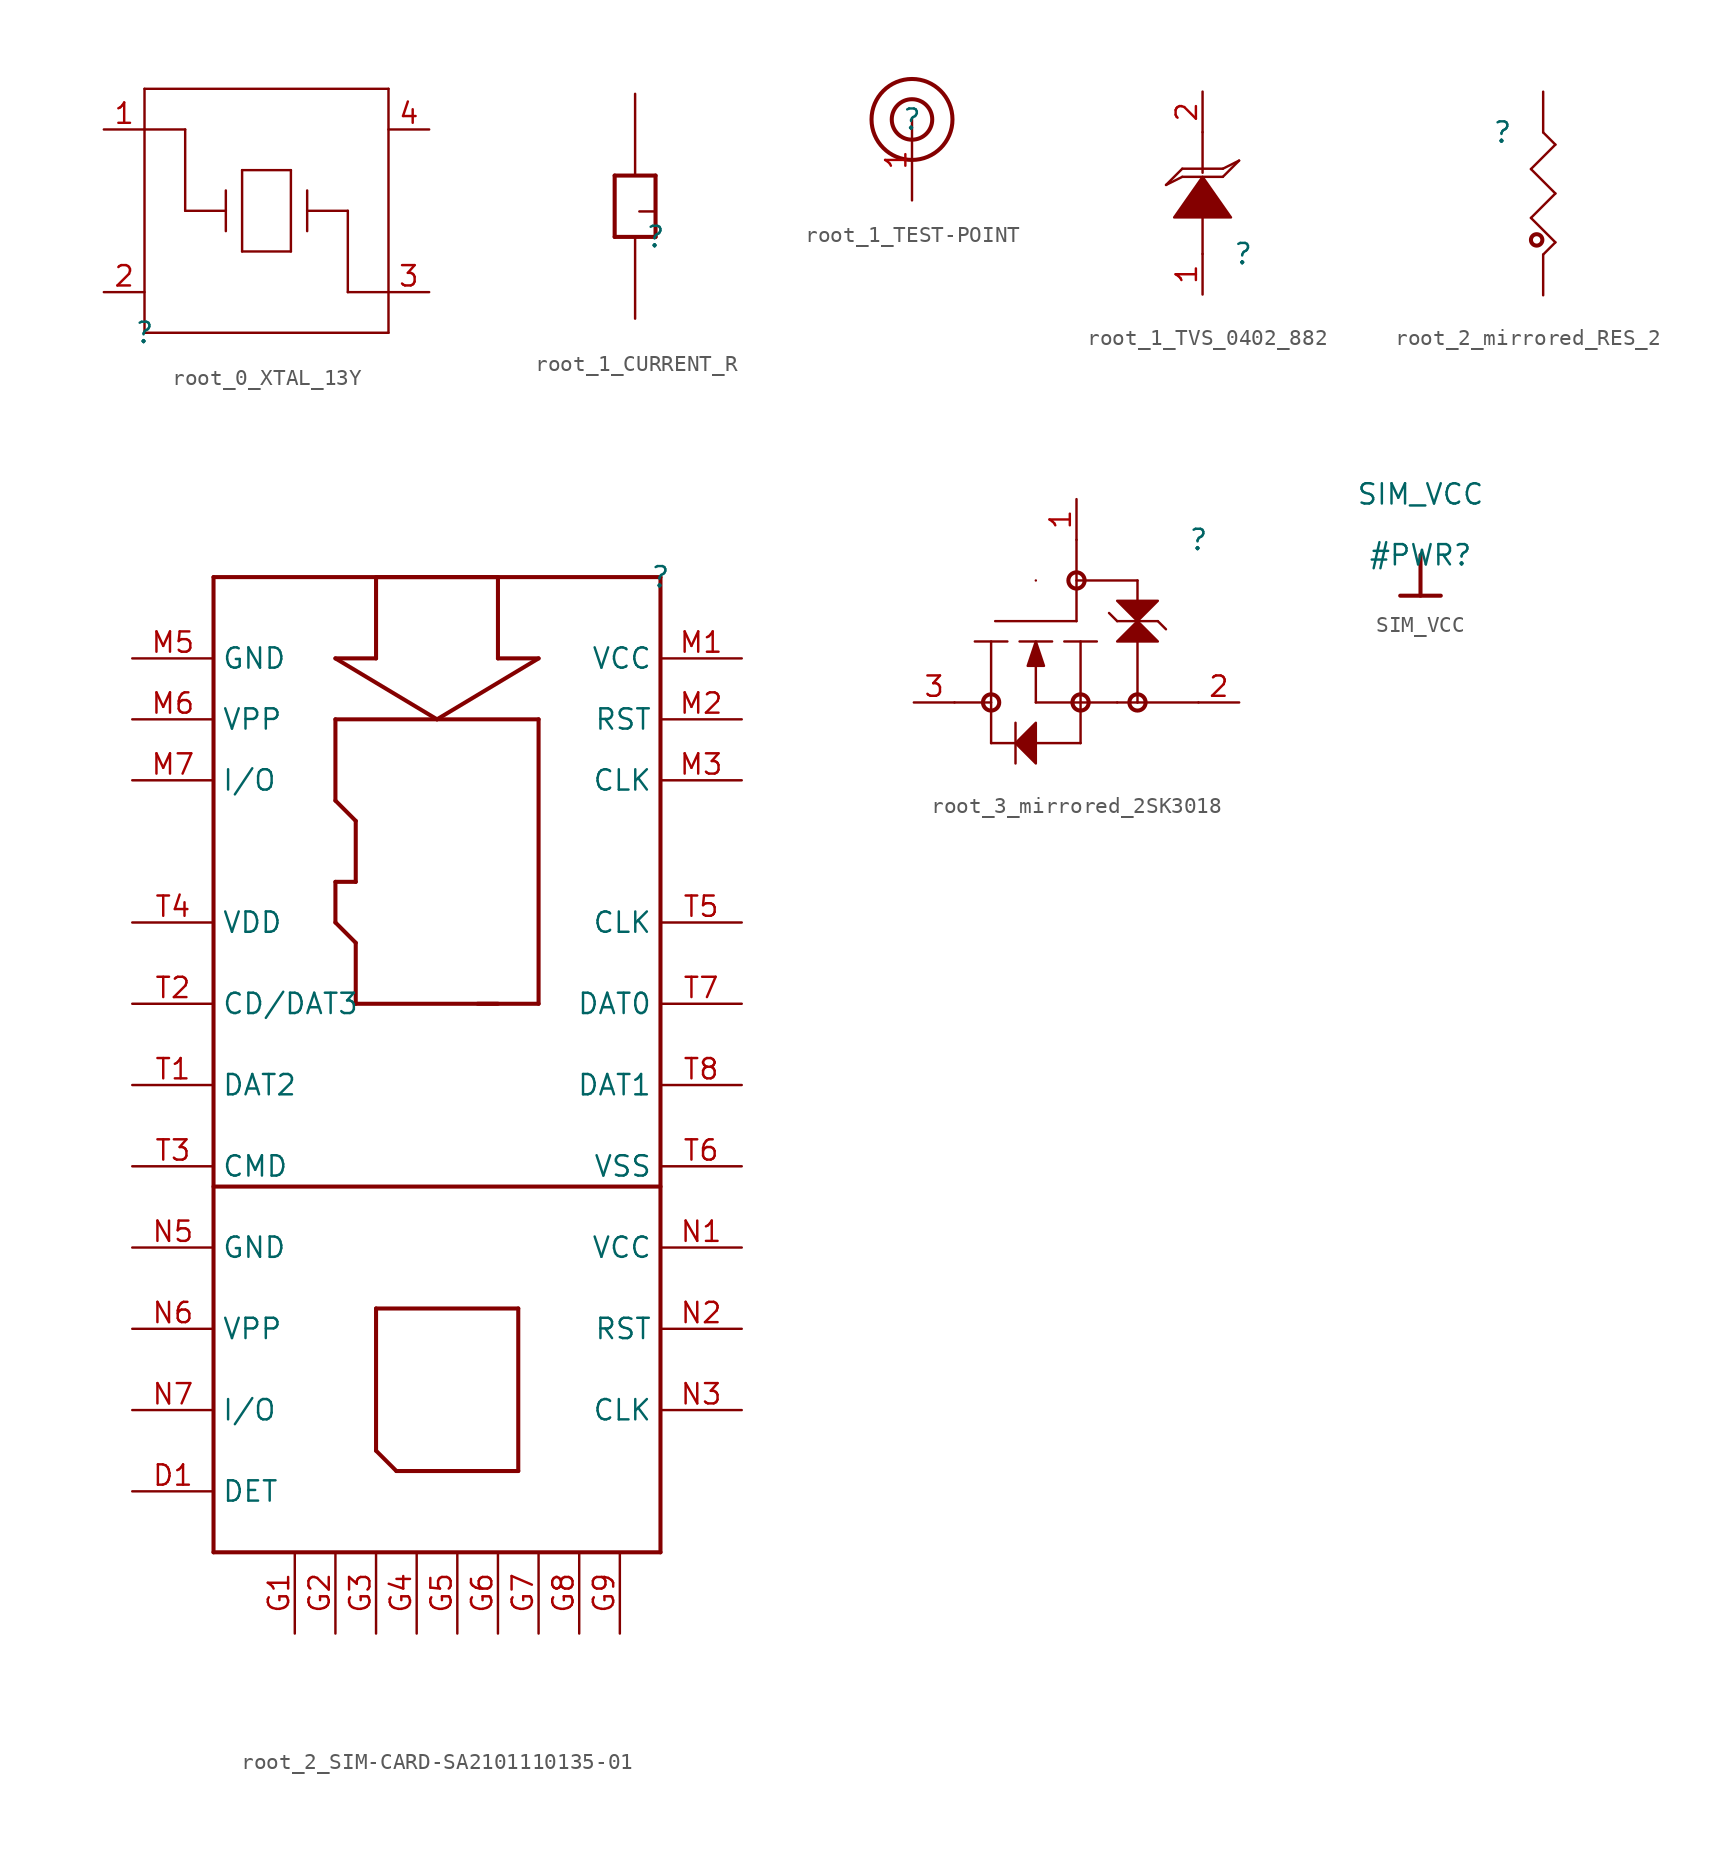
<source format=kicad_sym>
(kicad_symbol_lib
  (version 20220914)
  (generator kicad_symbol_editor)
  (symbol "root_0_XTAL_13Y"
    (property "Reference" ""
      (at 0 0 0)
      (effects (font (size 1.27 1.27))))
    (property "Value" ""
      (at 0 0 0)
      (effects (font (size 1.27 1.27))))
    (symbol "root_0_XTAL_13Y_1_0"
      (polyline (pts (xy 0 0) (xy 0 15.24)) (stroke (width 0) (type solid)) (fill (type none)))
      (polyline (pts (xy 0 15.24) (xy 15.24 15.24)) (stroke (width 0) (type solid)) (fill (type none)))
      (polyline (pts (xy 2.54 7.62) (xy 2.54 12.7)) (stroke (width 0) (type solid)) (fill (type none)))
      (polyline (pts (xy 2.54 12.7) (xy 0 12.7)) (stroke (width 0) (type solid)) (fill (type none)))
      (polyline (pts (xy 5.08 7.62) (xy 2.54 7.62)) (stroke (width 0) (type solid)) (fill (type none)))
      (polyline (pts (xy 5.08 7.62) (xy 5.08 7.62)) (stroke (width 0) (type solid)) (fill (type none)))
      (polyline (pts (xy 5.08 8.89) (xy 5.08 6.35)) (stroke (width 0) (type solid)) (fill (type none)))
      (polyline (pts (xy 6.096 5.08) (xy 6.096 10.16)) (stroke (width 0) (type solid)) (fill (type none)))
      (polyline (pts (xy 6.096 10.16) (xy 9.144 10.16)) (stroke (width 0) (type solid)) (fill (type none)))
      (polyline (pts (xy 9.144 5.08) (xy 6.096 5.08)) (stroke (width 0) (type solid)) (fill (type none)))
      (polyline (pts (xy 9.144 10.16) (xy 9.144 5.08)) (stroke (width 0) (type solid)) (fill (type none)))
      (polyline (pts (xy 10.16 7.62) (xy 10.16 7.62)) (stroke (width 0) (type solid)) (fill (type none)))
      (polyline (pts (xy 10.16 7.62) (xy 12.7 7.62)) (stroke (width 0) (type solid)) (fill (type none)))
      (polyline (pts (xy 10.16 8.89) (xy 10.16 6.35)) (stroke (width 0) (type solid)) (fill (type none)))
      (polyline (pts (xy 12.7 2.54) (xy 15.24 2.54)) (stroke (width 0) (type solid)) (fill (type none)))
      (polyline (pts (xy 12.7 7.62) (xy 12.7 2.54)) (stroke (width 0) (type solid)) (fill (type none)))
      (polyline (pts (xy 15.24 0) (xy 0 0)) (stroke (width 0) (type solid)) (fill (type none)))
      (polyline (pts (xy 15.24 15.24) (xy 15.24 0)) (stroke (width 0) (type solid)) (fill (type none)))
      (pin passive line (at -2.54 12.7 0) (length 2.54) (name "1" (effects (font (size 0 0)))) (number "1" (effects (font (size 1.27 1.27)))))
      (pin passive line (at -2.54 2.54 0) (length 2.54) (name "2" (effects (font (size 0 0)))) (number "2" (effects (font (size 1.27 1.27)))))
      (pin passive line (at 17.78 2.54 180) (length 2.54) (name "3" (effects (font (size 0 0)))) (number "3" (effects (font (size 1.27 1.27)))))
      (pin passive line (at 17.78 12.7 180) (length 2.54) (name "4" (effects (font (size 0 0)))) (number "4" (effects (font (size 1.27 1.27)))))))
  (symbol "root_1_CURRENT_R"
    (property "Reference" ""
      (at 0 0 0)
      (effects (font (size 1.27 1.27))))
    (property "Value" ""
      (at 0 0 0)
      (effects (font (size 1.27 1.27))))
    (symbol "root_1_CURRENT_R_1_0"
      (polyline (pts (xy -2.54 0) (xy -2.54 3.81)) (stroke (width 0.254) (type solid)) (fill (type none)))
      (polyline (pts (xy -2.54 3.81) (xy 0 3.81)) (stroke (width 0.254) (type solid)) (fill (type none)))
      (polyline (pts (xy 0 0) (xy -2.54 0)) (stroke (width 0.254) (type solid)) (fill (type none)))
      (polyline (pts (xy 0 3.81) (xy 0 0)) (stroke (width 0.254) (type solid)) (fill (type none)))
      (text "I" (at 0 1.27 900) (effects (font (size 0.889 0.889)) (justify left bottom)))
      (pin passive line (at -1.27 -5.08 90) (length 5.08) (name "1" (effects (font (size 0 0)))) (number "1" (effects (font (size 0 0)))))
      (pin passive line (at -1.27 8.89 270) (length 5.08) (name "2" (effects (font (size 0 0)))) (number "2" (effects (font (size 0 0)))))))
  (symbol "root_1_TEST-POINT"
    (property "Reference" ""
      (at 0 0 0)
      (effects (font (size 1.27 1.27))))
    (property "Value" ""
      (at 0 0 0)
      (effects (font (size 1.27 1.27))))
    (symbol "root_1_TEST-POINT_1_0"
      (circle (center 0 0) (radius 1.27) (stroke (width 0.254) (type solid)) (fill (type none)))
      (circle (center 0 0) (radius 2.54) (stroke (width 0.254) (type solid)) (fill (type none)))
      (pin passive line (at 0 -5.08 90) (length 5.08) (name "1" (effects (font (size 0 0)))) (number "1" (effects (font (size 1.27 1.27)))))))
  (symbol "root_1_TVS_0402_882"
    (property "Reference" ""
      (at 0 0 0)
      (effects (font (size 1.27 1.27))))
    (property "Value" ""
      (at 0 0 0)
      (effects (font (size 1.27 1.27))))
    (symbol "root_1_TVS_0402_882_1_0"
      (polyline (pts (xy -3.81 4.826) (xy -4.826 4.318)) (stroke (width 0) (type solid)) (fill (type none)))
      (polyline (pts (xy -3.81 5.334) (xy -4.826 4.318)) (stroke (width 0) (type solid)) (fill (type none)))
      (polyline (pts (xy -2.54 0) (xy -2.54 2.54)) (stroke (width 0) (type solid)) (fill (type none)))
      (polyline (pts (xy -2.54 5.08) (xy -2.54 7.62)) (stroke (width 0) (type solid)) (fill (type none)))
      (polyline (pts (xy -1.27 4.826) (xy -3.81 4.826)) (stroke (width 0) (type solid)) (fill (type none)))
      (polyline (pts (xy -1.27 4.826) (xy -0.254 5.842)) (stroke (width 0) (type solid)) (fill (type none)))
      (polyline (pts (xy -1.27 5.334) (xy -3.81 5.334)) (stroke (width 0) (type solid)) (fill (type none)))
      (polyline (pts (xy -1.27 5.334) (xy -0.254 5.842)) (stroke (width 0) (type solid)) (fill (type none)))
      (polyline (pts (xy -2.54 4.826) (xy -2.54 4.826) (xy -0.762 2.286) (xy -4.318 2.286) (xy -2.54 4.826) (xy -2.54 4.826)) (stroke (width 0) (type solid)) (fill (type outline)))
      (pin passive line (at -2.54 -2.54 90) (length 2.54) (name "A1" (effects (font (size 0 0)))) (number "1" (effects (font (size 1.27 1.27)))))
      (pin passive line (at -2.54 10.16 270) (length 2.54) (name "A2" (effects (font (size 0 0)))) (number "2" (effects (font (size 1.27 1.27)))))))
  (symbol "root_2_mirrored_RES_2"
    (property "Reference" ""
      (at 0 0 0)
      (effects (font (size 1.27 1.27))))
    (property "Value" ""
      (at 0 0 0)
      (effects (font (size 1.27 1.27))))
    (symbol "root_2_mirrored_RES_2_1_0"
      (polyline (pts (xy 1.778 -5.334) (xy 3.302 -3.81)) (stroke (width 0) (type solid)) (fill (type none)))
      (polyline (pts (xy 1.778 -2.286) (xy 3.302 -0.762)) (stroke (width 0) (type solid)) (fill (type none)))
      (polyline (pts (xy 2.54 -7.62) (xy 3.302 -6.858)) (stroke (width 0) (type solid)) (fill (type none)))
      (polyline (pts (xy 3.302 -6.858) (xy 1.778 -5.334)) (stroke (width 0) (type solid)) (fill (type none)))
      (polyline (pts (xy 3.302 -3.81) (xy 1.778 -2.286)) (stroke (width 0) (type solid)) (fill (type none)))
      (polyline (pts (xy 3.302 -0.762) (xy 2.54 0)) (stroke (width 0) (type solid)) (fill (type none)))
      (circle (center 2.134 -6.706) (radius 0.356) (stroke (width 0.254) (type solid)) (fill (type none)))
      (pin passive line (at 2.54 -10.16 90) (length 2.54) (name "1" (effects (font (size 0 0)))) (number "1" (effects (font (size 0 0)))))
      (pin passive line (at 2.54 2.54 270) (length 2.54) (name "2" (effects (font (size 0 0)))) (number "2" (effects (font (size 0 0)))))))
  (symbol "root_2_SIM-CARD-SA2101110135-01"
    (property "Reference" ""
      (at 0 0 0)
      (effects (font (size 1.27 1.27))))
    (property "Value" ""
      (at 0 0 0)
      (effects (font (size 1.27 1.27))))
    (symbol "root_2_SIM-CARD-SA2101110135-01_1_0"
      (polyline (pts (xy -27.94 -60.96) (xy 0 -60.96)) (stroke (width 0.254) (type solid)) (fill (type none)))
      (polyline (pts (xy -27.94 0) (xy -27.94 -60.96)) (stroke (width 0.254) (type solid)) (fill (type none)))
      (polyline (pts (xy -20.32 -21.59) (xy -20.32 -19.05)) (stroke (width 0.254) (type solid)) (fill (type none)))
      (polyline (pts (xy -20.32 -19.05) (xy -19.05 -19.05)) (stroke (width 0.254) (type solid)) (fill (type none)))
      (polyline (pts (xy -20.32 -13.97) (xy -20.32 -8.89)) (stroke (width 0.254) (type solid)) (fill (type none)))
      (polyline (pts (xy -20.32 -8.89) (xy -7.62 -8.89)) (stroke (width 0.254) (type solid)) (fill (type none)))
      (polyline (pts (xy -20.32 -5.08) (xy -13.97 -8.89)) (stroke (width 0.254) (type solid)) (fill (type none)))
      (polyline (pts (xy -19.05 -26.67) (xy -19.05 -22.86)) (stroke (width 0.254) (type solid)) (fill (type none)))
      (polyline (pts (xy -19.05 -22.86) (xy -20.32 -21.59)) (stroke (width 0.254) (type solid)) (fill (type none)))
      (polyline (pts (xy -19.05 -19.05) (xy -19.05 -15.24)) (stroke (width 0.254) (type solid)) (fill (type none)))
      (polyline (pts (xy -19.05 -15.24) (xy -20.32 -13.97)) (stroke (width 0.254) (type solid)) (fill (type none)))
      (polyline (pts (xy -17.78 -54.61) (xy -17.78 -45.72)) (stroke (width 0.254) (type solid)) (fill (type none)))
      (polyline (pts (xy -17.78 -45.72) (xy -8.89 -45.72)) (stroke (width 0.254) (type solid)) (fill (type none)))
      (polyline (pts (xy -17.78 -5.08) (xy -20.32 -5.08)) (stroke (width 0.254) (type solid)) (fill (type none)))
      (polyline (pts (xy -17.78 0) (xy -17.78 -5.08)) (stroke (width 0.254) (type solid)) (fill (type none)))
      (polyline (pts (xy -16.51 -55.88) (xy -17.78 -54.61)) (stroke (width 0.254) (type solid)) (fill (type none)))
      (polyline (pts (xy -13.97 -8.89) (xy -7.62 -5.08)) (stroke (width 0.254) (type solid)) (fill (type none)))
      (polyline (pts (xy -10.16 -26.67) (xy -19.05 -26.67)) (stroke (width 0.254) (type solid)) (fill (type none)))
      (polyline (pts (xy -10.16 -5.08) (xy -10.16 0)) (stroke (width 0.254) (type solid)) (fill (type none)))
      (polyline (pts (xy -10.16 0) (xy -17.78 0)) (stroke (width 0.254) (type solid)) (fill (type none)))
      (polyline (pts (xy -8.89 -55.88) (xy -16.51 -55.88)) (stroke (width 0.254) (type solid)) (fill (type none)))
      (polyline (pts (xy -8.89 -45.72) (xy -8.89 -55.88)) (stroke (width 0.254) (type solid)) (fill (type none)))
      (polyline (pts (xy -7.62 -26.67) (xy -11.43 -26.67)) (stroke (width 0.254) (type solid)) (fill (type none)))
      (polyline (pts (xy -7.62 -8.89) (xy -7.62 -26.67)) (stroke (width 0.254) (type solid)) (fill (type none)))
      (polyline (pts (xy -7.62 -5.08) (xy -10.16 -5.08)) (stroke (width 0.254) (type solid)) (fill (type none)))
      (polyline (pts (xy 0 -60.96) (xy 0 0)) (stroke (width 0.254) (type solid)) (fill (type none)))
      (polyline (pts (xy 0 -38.1) (xy -27.94 -38.1)) (stroke (width 0.254) (type solid)) (fill (type none)))
      (polyline (pts (xy 0 0) (xy -27.94 0)) (stroke (width 0.254) (type solid)) (fill (type none)))
      (pin passive line (at -33.02 -57.15 0) (length 5.08) (name "DET" (effects (font (size 1.27 1.27)))) (number "D1" (effects (font (size 1.27 1.27)))))
      (pin passive line (at -22.86 -66.04 90) (length 5.08) (name "G1" (effects (font (size 0 0)))) (number "G1" (effects (font (size 1.27 1.27)))))
      (pin passive line (at -20.32 -66.04 90) (length 5.08) (name "G2" (effects (font (size 0 0)))) (number "G2" (effects (font (size 1.27 1.27)))))
      (pin passive line (at -17.78 -66.04 90) (length 5.08) (name "G3" (effects (font (size 0 0)))) (number "G3" (effects (font (size 1.27 1.27)))))
      (pin passive line (at -15.24 -66.04 90) (length 5.08) (name "G4" (effects (font (size 0 0)))) (number "G4" (effects (font (size 1.27 1.27)))))
      (pin passive line (at -12.7 -66.04 90) (length 5.08) (name "G5" (effects (font (size 0 0)))) (number "G5" (effects (font (size 1.27 1.27)))))
      (pin passive line (at -10.16 -66.04 90) (length 5.08) (name "G6" (effects (font (size 0 0)))) (number "G6" (effects (font (size 1.27 1.27)))))
      (pin passive line (at -7.62 -66.04 90) (length 5.08) (name "G7" (effects (font (size 0 0)))) (number "G7" (effects (font (size 1.27 1.27)))))
      (pin passive line (at -5.08 -66.04 90) (length 5.08) (name "G8" (effects (font (size 0 0)))) (number "G8" (effects (font (size 1.27 1.27)))))
      (pin passive line (at -2.54 -66.04 90) (length 5.08) (name "G9" (effects (font (size 0 0)))) (number "G9" (effects (font (size 1.27 1.27)))))
      (pin passive line (at 5.08 -5.08 180) (length 5.08) (name "VCC" (effects (font (size 1.27 1.27)))) (number "M1" (effects (font (size 1.27 1.27)))))
      (pin passive line (at 5.08 -8.89 180) (length 5.08) (name "RST" (effects (font (size 1.27 1.27)))) (number "M2" (effects (font (size 1.27 1.27)))))
      (pin passive line (at 5.08 -12.7 180) (length 5.08) (name "CLK" (effects (font (size 1.27 1.27)))) (number "M3" (effects (font (size 1.27 1.27)))))
      (pin passive line (at -33.02 -5.08 0) (length 5.08) (name "GND" (effects (font (size 1.27 1.27)))) (number "M5" (effects (font (size 1.27 1.27)))))
      (pin passive line (at -33.02 -8.89 0) (length 5.08) (name "VPP" (effects (font (size 1.27 1.27)))) (number "M6" (effects (font (size 1.27 1.27)))))
      (pin passive line (at -33.02 -12.7 0) (length 5.08) (name "I/O" (effects (font (size 1.27 1.27)))) (number "M7" (effects (font (size 1.27 1.27)))))
      (pin passive line (at 5.08 -41.91 180) (length 5.08) (name "VCC" (effects (font (size 1.27 1.27)))) (number "N1" (effects (font (size 1.27 1.27)))))
      (pin passive line (at 5.08 -46.99 180) (length 5.08) (name "RST" (effects (font (size 1.27 1.27)))) (number "N2" (effects (font (size 1.27 1.27)))))
      (pin passive line (at 5.08 -52.07 180) (length 5.08) (name "CLK" (effects (font (size 1.27 1.27)))) (number "N3" (effects (font (size 1.27 1.27)))))
      (pin passive line (at -33.02 -41.91 0) (length 5.08) (name "GND" (effects (font (size 1.27 1.27)))) (number "N5" (effects (font (size 1.27 1.27)))))
      (pin passive line (at -33.02 -46.99 0) (length 5.08) (name "VPP" (effects (font (size 1.27 1.27)))) (number "N6" (effects (font (size 1.27 1.27)))))
      (pin passive line (at -33.02 -52.07 0) (length 5.08) (name "I/O" (effects (font (size 1.27 1.27)))) (number "N7" (effects (font (size 1.27 1.27)))))
      (pin passive line (at -33.02 -31.75 0) (length 5.08) (name "DAT2" (effects (font (size 1.27 1.27)))) (number "T1" (effects (font (size 1.27 1.27)))))
      (pin passive line (at -33.02 -26.67 0) (length 5.08) (name "CD/DAT3" (effects (font (size 1.27 1.27)))) (number "T2" (effects (font (size 1.27 1.27)))))
      (pin passive line (at -33.02 -36.83 0) (length 5.08) (name "CMD" (effects (font (size 1.27 1.27)))) (number "T3" (effects (font (size 1.27 1.27)))))
      (pin passive line (at -33.02 -21.59 0) (length 5.08) (name "VDD" (effects (font (size 1.27 1.27)))) (number "T4" (effects (font (size 1.27 1.27)))))
      (pin passive line (at 5.08 -21.59 180) (length 5.08) (name "CLK" (effects (font (size 1.27 1.27)))) (number "T5" (effects (font (size 1.27 1.27)))))
      (pin passive line (at 5.08 -36.83 180) (length 5.08) (name "VSS" (effects (font (size 1.27 1.27)))) (number "T6" (effects (font (size 1.27 1.27)))))
      (pin passive line (at 5.08 -26.67 180) (length 5.08) (name "DAT0" (effects (font (size 1.27 1.27)))) (number "T7" (effects (font (size 1.27 1.27)))))
      (pin passive line (at 5.08 -31.75 180) (length 5.08) (name "DAT1" (effects (font (size 1.27 1.27)))) (number "T8" (effects (font (size 1.27 1.27)))))))
  (symbol "root_3_mirrored_2SK3018"
    (property "Reference" ""
      (at 0 0 0)
      (effects (font (size 1.27 1.27))))
    (property "Value" ""
      (at 0 0 0)
      (effects (font (size 1.27 1.27))))
    (symbol "root_3_mirrored_2SK3018_1_0"
      (circle (center -12.954 -10.16) (radius 0.508) (stroke (width 0.254) (type solid)) (fill (type none)))
      (circle (center -7.62 -2.54) (radius 0.508) (stroke (width 0.254) (type solid)) (fill (type none)))
      (circle (center -7.366 -10.16) (radius 0.508) (stroke (width 0.254) (type solid)) (fill (type none)))
      (circle (center -3.81 -10.16) (radius 0.508) (stroke (width 0.254) (type solid)) (fill (type none)))
      (polyline (pts (xy -15.24 -10.16) (xy -12.954 -10.16)) (stroke (width 0) (type solid)) (fill (type none)))
      (polyline (pts (xy -12.954 -12.7) (xy -12.954 -6.35)) (stroke (width 0) (type solid)) (fill (type none)))
      (polyline (pts (xy -12.7 -5.08) (xy -7.62 -5.08)) (stroke (width 0) (type solid)) (fill (type none)))
      (polyline (pts (xy -11.938 -6.35) (xy -13.97 -6.35)) (stroke (width 0) (type solid)) (fill (type none)))
      (polyline (pts (xy -11.43 -12.7) (xy -12.954 -12.7)) (stroke (width 0) (type solid)) (fill (type none)))
      (polyline (pts (xy -11.43 -11.43) (xy -11.43 -13.97)) (stroke (width 0) (type solid)) (fill (type none)))
      (polyline (pts (xy -10.16 -10.16) (xy -5.08 -10.16)) (stroke (width 0) (type solid)) (fill (type none)))
      (polyline (pts (xy -10.16 -7.62) (xy -10.16 -10.16)) (stroke (width 0) (type solid)) (fill (type none)))
      (polyline (pts (xy -10.16 -2.54) (xy -10.16 -2.54)) (stroke (width 0) (type solid)) (fill (type none)))
      (polyline (pts (xy -9.144 -6.35) (xy -11.176 -6.35)) (stroke (width 0) (type solid)) (fill (type none)))
      (polyline (pts (xy -7.62 0) (xy -7.62 -5.08)) (stroke (width 0) (type solid)) (fill (type none)))
      (polyline (pts (xy -7.366 -12.7) (xy -10.16 -12.7)) (stroke (width 0) (type solid)) (fill (type none)))
      (polyline (pts (xy -7.366 -6.35) (xy -7.366 -12.7)) (stroke (width 0) (type solid)) (fill (type none)))
      (polyline (pts (xy -6.35 -6.35) (xy -8.382 -6.35)) (stroke (width 0) (type solid)) (fill (type none)))
      (polyline (pts (xy -5.08 -10.16) (xy -3.81 -10.16)) (stroke (width 0) (type solid)) (fill (type none)))
      (polyline (pts (xy -5.08 -5.08) (xy -5.588 -4.572)) (stroke (width 0) (type solid)) (fill (type none)))
      (polyline (pts (xy -3.81 -10.16) (xy -3.81 -2.54)) (stroke (width 0) (type solid)) (fill (type none)))
      (polyline (pts (xy -3.81 -10.16) (xy 0 -10.16)) (stroke (width 0) (type solid)) (fill (type none)))
      (polyline (pts (xy -3.81 -2.54) (xy -7.62 -2.54)) (stroke (width 0) (type solid)) (fill (type none)))
      (polyline (pts (xy -2.54 -5.08) (xy -5.08 -5.08)) (stroke (width 0) (type solid)) (fill (type none)))
      (polyline (pts (xy -2.54 -5.08) (xy -2.032 -5.588)) (stroke (width 0) (type solid)) (fill (type none)))
      (polyline (pts (xy -10.16 -11.43) (xy -10.16 -13.97) (xy -11.43 -12.7) (xy -10.16 -11.43) (xy -10.16 -11.43)) (stroke (width 0) (type solid)) (fill (type outline)))
      (polyline (pts (xy -10.16 -6.35) (xy -10.668 -7.874) (xy -9.652 -7.874) (xy -10.16 -6.35) (xy -10.16 -6.35)) (stroke (width 0) (type solid)) (fill (type outline)))
      (polyline (pts (xy -2.54 -6.35) (xy -5.08 -6.35) (xy -3.81 -5.08) (xy -2.54 -6.35) (xy -2.54 -6.35)) (stroke (width 0) (type solid)) (fill (type outline)))
      (polyline (pts (xy -2.54 -3.81) (xy -5.08 -3.81) (xy -3.81 -5.08) (xy -2.54 -3.81) (xy -2.54 -3.81)) (stroke (width 0) (type solid)) (fill (type outline)))
      (pin passive line (at -7.62 2.54 270) (length 2.54) (name "GATE" (effects (font (size 0 0)))) (number "1" (effects (font (size 1.27 1.27)))))
      (pin passive line (at 2.54 -10.16 180) (length 2.54) (name "D" (effects (font (size 0 0)))) (number "2" (effects (font (size 1.27 1.27)))))
      (pin passive line (at -17.78 -10.16 0) (length 2.54) (name "S" (effects (font (size 0 0)))) (number "3" (effects (font (size 1.27 1.27)))))))
  (symbol "SIM_VCC"
    (power)
    (property "Reference" "#PWR"
      (at 0 0 0)
      (effects (font (size 1.27 1.27))))
    (property "Value" "SIM_VCC"
      (at 0 3.81 0)
      (effects (font (size 1.27 1.27))))
    (symbol "SIM_VCC_0_0"
      (polyline (pts (xy -1.27 -2.54) (xy 1.27 -2.54)) (stroke (width 0.254) (type solid)) (fill (type none)))
      (polyline (pts (xy 0 0) (xy 0 -2.54)) (stroke (width 0.254) (type solid)) (fill (type none)))
      (pin power_in line (at 0 0 0) (length 0) hide (name "SIM_VCC" (effects (font (size 1.27 1.27)))) (number "" (effects (font (size 1.27 1.27))))))))
</source>
